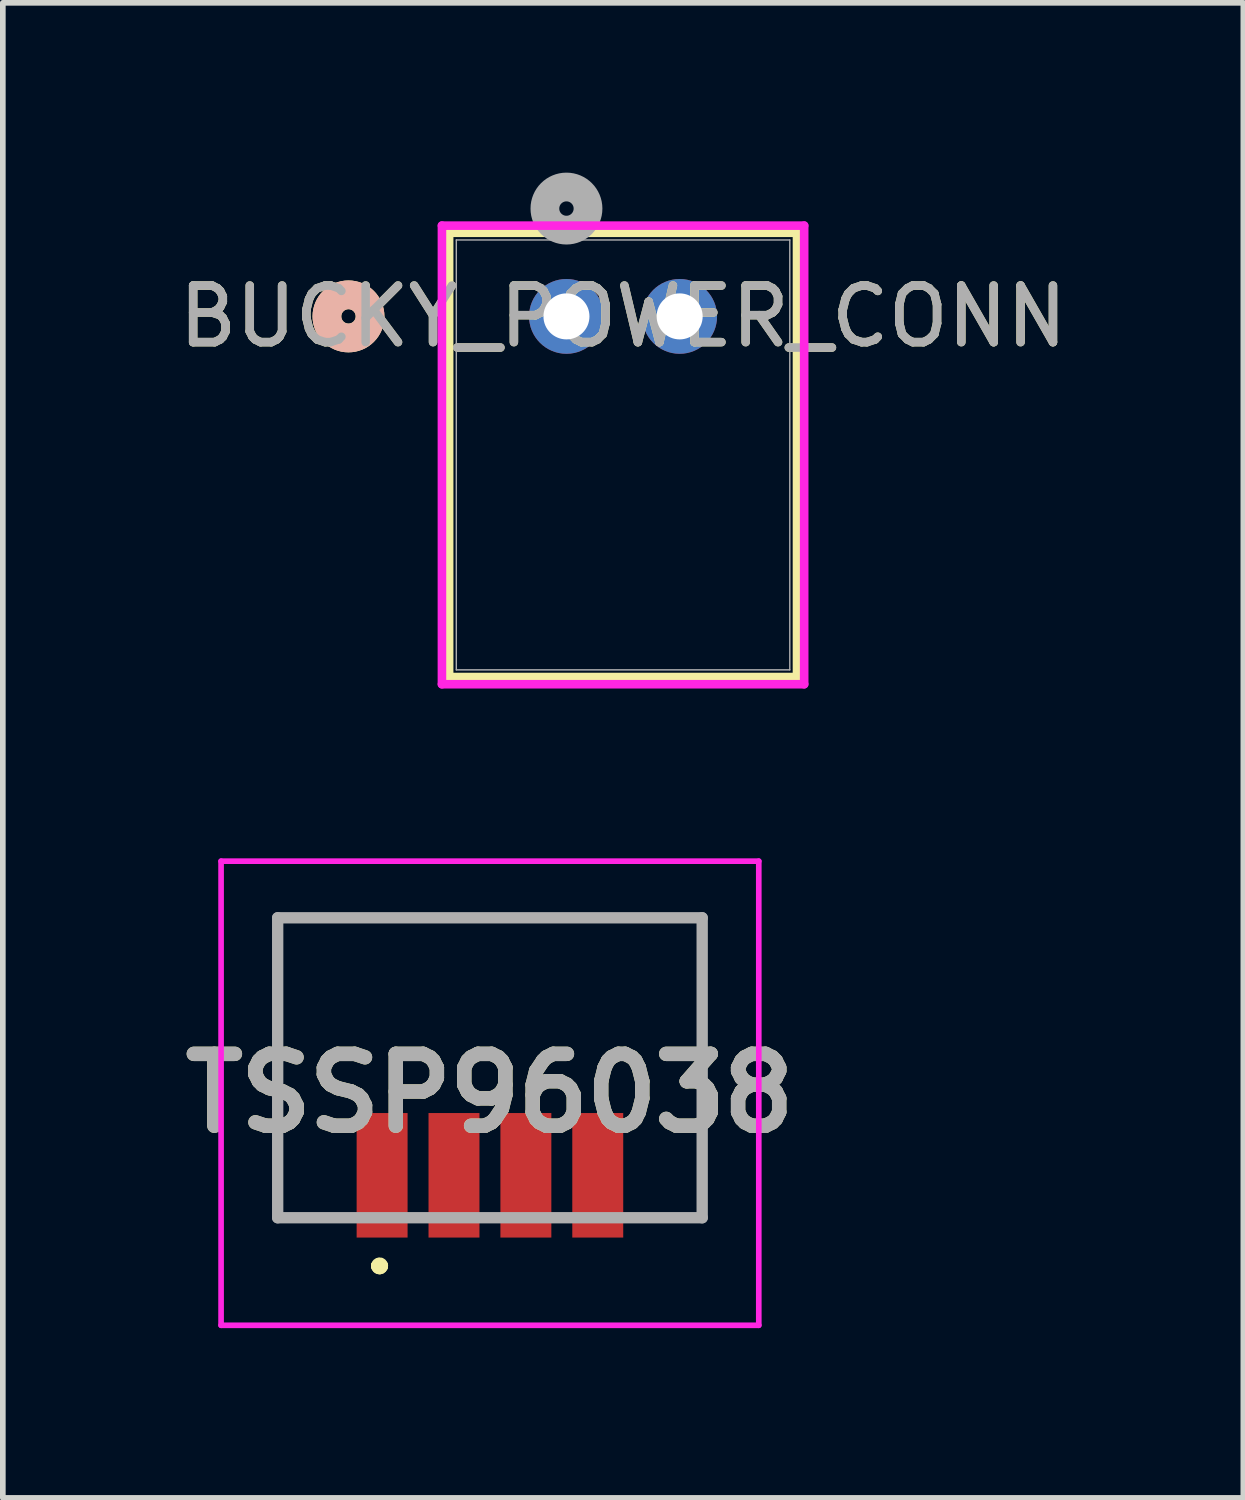
<source format=kicad_pcb>
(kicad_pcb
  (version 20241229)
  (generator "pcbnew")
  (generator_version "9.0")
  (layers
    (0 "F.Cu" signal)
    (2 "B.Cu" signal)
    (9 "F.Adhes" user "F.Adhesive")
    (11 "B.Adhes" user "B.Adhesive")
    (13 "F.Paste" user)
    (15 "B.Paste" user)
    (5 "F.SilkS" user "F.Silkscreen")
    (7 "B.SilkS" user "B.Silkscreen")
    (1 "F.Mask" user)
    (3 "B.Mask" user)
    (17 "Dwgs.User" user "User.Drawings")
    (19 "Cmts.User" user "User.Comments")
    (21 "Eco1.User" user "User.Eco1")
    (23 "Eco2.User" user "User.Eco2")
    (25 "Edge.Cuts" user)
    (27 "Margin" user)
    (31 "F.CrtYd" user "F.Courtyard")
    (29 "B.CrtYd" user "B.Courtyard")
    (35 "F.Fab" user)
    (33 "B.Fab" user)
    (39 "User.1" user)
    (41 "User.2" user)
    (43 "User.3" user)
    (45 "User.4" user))
  (footprint "BUCKY_POWER_CONN"
    (layer "F.Cu")
    (at 6.958 2.54)
    (property "Reference" "BUCKY_POWER_CONN" (at 1 0 0) (unlocked yes) (layer "F.SilkS") (effects (font (size 1 1) (thickness 0.15))))
    (attr through_hole)
    (fp_line (start -2.073 -1.477) (end -2.073 6.372) (stroke (width 0.152) (type solid)) (layer "F.SilkS"))
    (fp_line (start -2.073 6.372) (end 4.073 6.372) (stroke (width 0.152) (type solid)) (layer "F.SilkS"))
    (fp_line (start 4.073 -1.477) (end -2.073 -1.477) (stroke (width 0.152) (type solid)) (layer "F.SilkS"))
    (fp_line (start 4.073 6.372) (end 4.073 -1.477) (stroke (width 0.152) (type solid)) (layer "F.SilkS"))
    (fp_circle (center -3.851 0) (end -3.47 0) (stroke (width 0.508) (type solid)) (fill no) (layer "F.SilkS"))
    (fp_circle (center -3.851 0) (end -3.47 0) (stroke (width 0.508) (type solid)) (fill no) (layer "B.SilkS"))
    (fp_line (start -2.2 -1.604) (end -2.2 6.499) (stroke (width 0.152) (type solid)) (layer "F.CrtYd"))
    (fp_line (start -2.2 6.499) (end 4.2 6.499) (stroke (width 0.152) (type solid)) (layer "F.CrtYd"))
    (fp_line (start 4.2 -1.604) (end -2.2 -1.604) (stroke (width 0.152) (type solid)) (layer "F.CrtYd"))
    (fp_line (start 4.2 6.499) (end 4.2 -1.604) (stroke (width 0.152) (type solid)) (layer "F.CrtYd"))
    (fp_line (start -1.946 -1.35) (end -1.946 6.245) (stroke (width 0.025) (type solid)) (layer "F.Fab"))
    (fp_line (start -1.946 6.245) (end 3.946 6.245) (stroke (width 0.025) (type solid)) (layer "F.Fab"))
    (fp_line (start 3.946 -1.35) (end -1.946 -1.35) (stroke (width 0.025) (type solid)) (layer "F.Fab"))
    (fp_line (start 3.946 6.245) (end 3.946 -1.35) (stroke (width 0.025) (type solid)) (layer "F.Fab"))
    (fp_circle (center 0 -1.905) (end 0.381 -1.905) (stroke (width 0.508) (type solid)) (fill no) (layer "F.Fab"))
    (fp_text user "${REFERENCE}" (at 1 0 0) (unlocked yes) (layer "F.Fab") (effects (font (size 1 1) (thickness 0.15))))
    (pad "1" thru_hole circle (at 0 0) (size 1.321 1.321) (drill 0.813) (layers "*.Cu" "*.Mask"))
    (pad "2" thru_hole circle (at 2 0) (size 1.321 1.321) (drill 0.813) (layers "*.Cu" "*.Mask")))
  (footprint "TSSP96038"
    (layer "F.Cu")
    (at 5.606 15.815)
    (property "Reference" "TSSP96038" (at 0 0.45 0) (layer "F.SilkS") (effects (font (size 1.27 1.27) (thickness 0.254))))
    (attr smd)
    (fp_line (start -3.75 -2.65) (end -3.75 -2.65) (stroke (width 0.1) (type solid)) (layer "F.SilkS"))
    (fp_line (start -3.75 -2.65) (end -3.75 -2.65) (stroke (width 0.1) (type solid)) (layer "F.SilkS"))
    (fp_line (start -3.75 -2.65) (end -3.75 2.65) (stroke (width 0.1) (type solid)) (layer "F.SilkS"))
    (fp_line (start -3.75 -2.65) (end 3.75 -2.65) (stroke (width 0.1) (type solid)) (layer "F.SilkS"))
    (fp_line (start -3.75 2.65) (end -3.75 -2.65) (stroke (width 0.1) (type solid)) (layer "F.SilkS"))
    (fp_line (start -3.75 2.65) (end -3.75 2.65) (stroke (width 0.1) (type solid)) (layer "F.SilkS"))
    (fp_line (start -3.75 2.65) (end -3.75 2.65) (stroke (width 0.1) (type solid)) (layer "F.SilkS"))
    (fp_line (start -3.75 2.65) (end -3 2.65) (stroke (width 0.1) (type solid)) (layer "F.SilkS"))
    (fp_line (start -3 2.65) (end -3.75 2.65) (stroke (width 0.1) (type solid)) (layer "F.SilkS"))
    (fp_line (start -3 2.65) (end -3 2.65) (stroke (width 0.1) (type solid)) (layer "F.SilkS"))
    (fp_line (start -2 3.5) (end -2 3.5) (stroke (width 0.2) (type solid)) (layer "F.SilkS"))
    (fp_line (start -2 3.5) (end -2 3.5) (stroke (width 0.2) (type solid)) (layer "F.SilkS"))
    (fp_line (start -1.9 3.5) (end -1.9 3.5) (stroke (width 0.2) (type solid)) (layer "F.SilkS"))
    (fp_line (start 3 2.65) (end 3 2.65) (stroke (width 0.1) (type solid)) (layer "F.SilkS"))
    (fp_line (start 3 2.65) (end 3.75 2.65) (stroke (width 0.1) (type solid)) (layer "F.SilkS"))
    (fp_line (start 3.75 -2.65) (end -3.75 -2.65) (stroke (width 0.1) (type solid)) (layer "F.SilkS"))
    (fp_line (start 3.75 -2.65) (end 3.75 -2.65) (stroke (width 0.1) (type solid)) (layer "F.SilkS"))
    (fp_line (start 3.75 -2.65) (end 3.75 -2.65) (stroke (width 0.1) (type solid)) (layer "F.SilkS"))
    (fp_line (start 3.75 -2.65) (end 3.75 2.65) (stroke (width 0.1) (type solid)) (layer "F.SilkS"))
    (fp_line (start 3.75 2.65) (end 3 2.65) (stroke (width 0.1) (type solid)) (layer "F.SilkS"))
    (fp_line (start 3.75 2.65) (end 3.75 -2.65) (stroke (width 0.1) (type solid)) (layer "F.SilkS"))
    (fp_line (start 3.75 2.65) (end 3.75 2.65) (stroke (width 0.1) (type solid)) (layer "F.SilkS"))
    (fp_line (start 3.75 2.65) (end 3.75 2.65) (stroke (width 0.1) (type solid)) (layer "F.SilkS"))
    (fp_arc (start -2 3.5) (mid -1.95 3.45) (end -1.9 3.5) (stroke (width 0.2) (type solid)) (layer "F.SilkS"))
    (fp_arc (start -1.9 3.5) (mid -1.95 3.55) (end -2 3.5) (stroke (width 0.2) (type solid)) (layer "F.SilkS"))
    (fp_arc (start -1.9 3.5) (mid -1.95 3.55) (end -2 3.5) (stroke (width 0.2) (type solid)) (layer "F.SilkS"))
    (fp_line (start -4.75 -3.65) (end 4.75 -3.65) (stroke (width 0.1) (type solid)) (layer "F.CrtYd"))
    (fp_line (start -4.75 4.55) (end -4.75 -3.65) (stroke (width 0.1) (type solid)) (layer "F.CrtYd"))
    (fp_line (start 4.75 -3.65) (end 4.75 4.55) (stroke (width 0.1) (type solid)) (layer "F.CrtYd"))
    (fp_line (start 4.75 4.55) (end -4.75 4.55) (stroke (width 0.1) (type solid)) (layer "F.CrtYd"))
    (fp_line (start -3.75 -2.65) (end -3.75 2.65) (stroke (width 0.2) (type solid)) (layer "F.Fab"))
    (fp_line (start -3.75 2.65) (end 3.75 2.65) (stroke (width 0.2) (type solid)) (layer "F.Fab"))
    (fp_line (start 3.75 -2.65) (end -3.75 -2.65) (stroke (width 0.2) (type solid)) (layer "F.Fab"))
    (fp_line (start 3.75 2.65) (end 3.75 -2.65) (stroke (width 0.2) (type solid)) (layer "F.Fab"))
    (fp_text user "${REFERENCE}" (at 0 0.45 0) (layer "F.Fab") (effects (font (size 1.27 1.27) (thickness 0.254))))
    (pad "1" smd rect (at -1.905 1.9) (size 0.9 2.2) (layers "F.Cu" "F.Mask" "F.Paste"))
    (pad "2" smd rect (at -0.635 1.9) (size 0.9 2.2) (layers "F.Cu" "F.Mask" "F.Paste"))
    (pad "3" smd rect (at 0.635 1.9) (size 0.9 2.2) (layers "F.Cu" "F.Mask" "F.Paste"))
    (pad "4" smd rect (at 1.905 1.9) (size 0.9 2.2) (layers "F.Cu" "F.Mask" "F.Paste")))
  (gr_rect
    (start -3 -3)
    (end 18.917 23.415)
    (stroke (width 0.1) (type default))
    (fill no)
    (layer "Edge.Cuts")))
</source>
